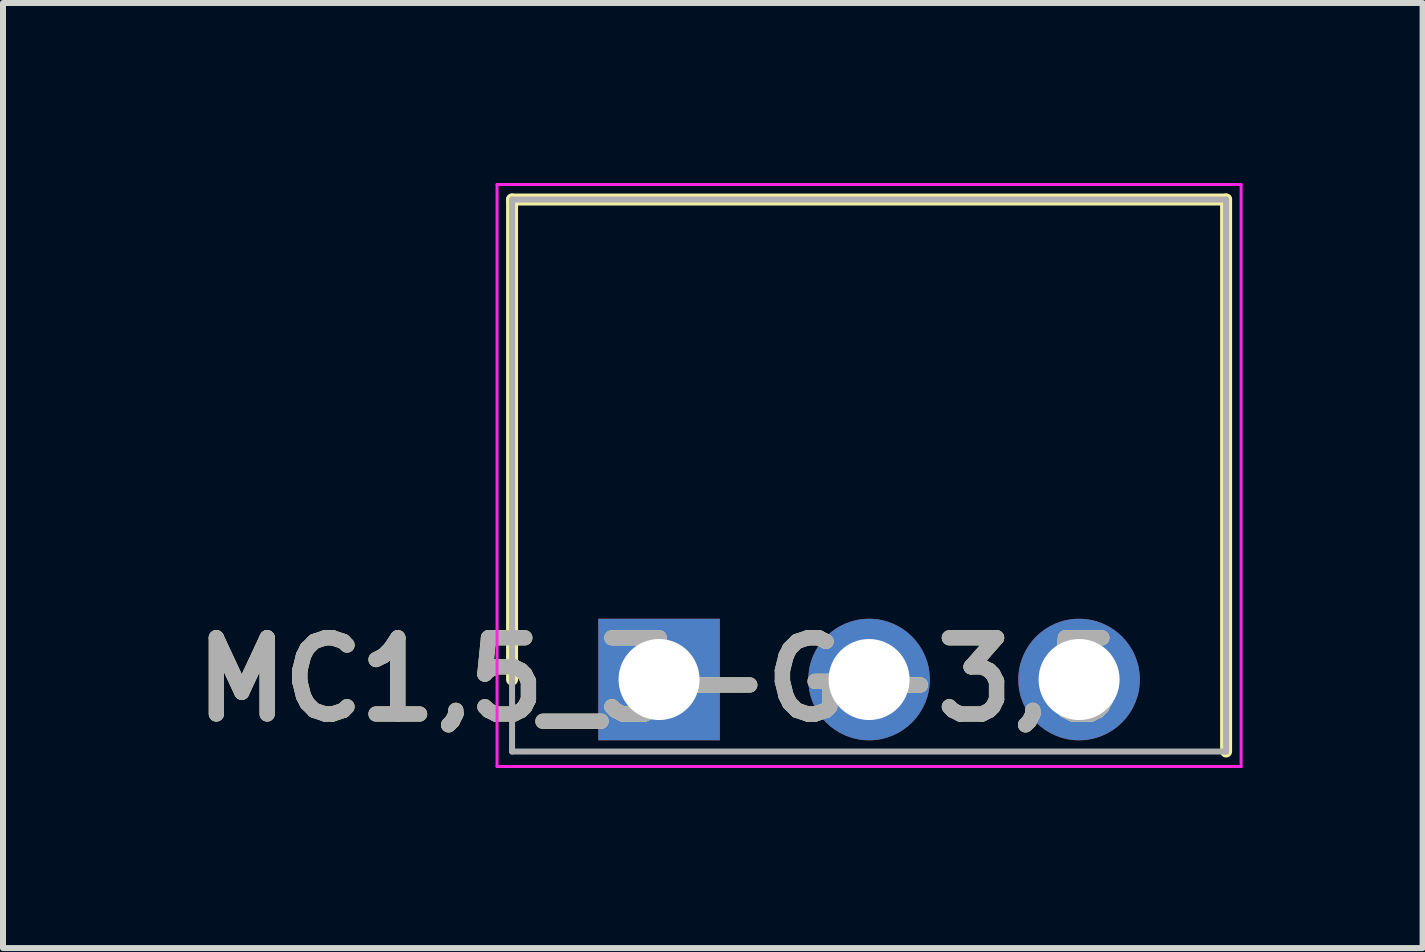
<source format=kicad_pcb>
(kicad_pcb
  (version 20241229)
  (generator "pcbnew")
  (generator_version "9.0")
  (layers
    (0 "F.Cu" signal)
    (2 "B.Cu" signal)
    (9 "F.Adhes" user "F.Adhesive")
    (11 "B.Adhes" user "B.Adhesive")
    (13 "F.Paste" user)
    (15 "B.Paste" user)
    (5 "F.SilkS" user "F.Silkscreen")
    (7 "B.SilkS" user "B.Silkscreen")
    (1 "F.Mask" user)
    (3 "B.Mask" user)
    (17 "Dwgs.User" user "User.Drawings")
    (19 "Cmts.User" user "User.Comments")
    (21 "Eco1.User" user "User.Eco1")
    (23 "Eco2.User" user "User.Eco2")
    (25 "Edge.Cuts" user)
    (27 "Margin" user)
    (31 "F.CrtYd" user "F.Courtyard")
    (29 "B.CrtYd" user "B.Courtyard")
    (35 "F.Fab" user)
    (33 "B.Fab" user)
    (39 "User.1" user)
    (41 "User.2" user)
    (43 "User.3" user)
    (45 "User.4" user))
  (footprint "MC1,5_3-G-3,5"
    (layer "F.Cu")
    (at 7.934 8.275)
    (property "Reference" "MC1,5_3-G-3,5" (at 0 0 0) (layer "F.SilkS") (effects (font (size 1.27 1.27) (thickness 0.254))))
    (attr through_hole)
    (fp_line (start -2.45 -8) (end 9.45 -8) (stroke (width 0.2) (type solid)) (layer "F.SilkS"))
    (fp_line (start -2.45 0) (end -2.45 -8) (stroke (width 0.2) (type solid)) (layer "F.SilkS"))
    (fp_line (start 9.45 -8) (end 9.45 1.2) (stroke (width 0.2) (type solid)) (layer "F.SilkS"))
    (fp_line (start -2.7 -8.25) (end -2.7 1.45) (stroke (width 0.05) (type solid)) (layer "F.CrtYd"))
    (fp_line (start -2.7 1.45) (end 9.7 1.45) (stroke (width 0.05) (type solid)) (layer "F.CrtYd"))
    (fp_line (start 9.7 -8.25) (end -2.7 -8.25) (stroke (width 0.05) (type solid)) (layer "F.CrtYd"))
    (fp_line (start 9.7 1.45) (end 9.7 -8.25) (stroke (width 0.05) (type solid)) (layer "F.CrtYd"))
    (fp_line (start -2.45 -8) (end 9.45 -8) (stroke (width 0.1) (type solid)) (layer "F.Fab"))
    (fp_line (start -2.45 1.2) (end -2.45 -8) (stroke (width 0.1) (type solid)) (layer "F.Fab"))
    (fp_line (start 9.45 -8) (end 9.45 1.2) (stroke (width 0.1) (type solid)) (layer "F.Fab"))
    (fp_line (start 9.45 1.2) (end -2.45 1.2) (stroke (width 0.1) (type solid)) (layer "F.Fab"))
    (fp_text user "${REFERENCE}" (at 0 0 0) (layer "F.Fab") (effects (font (size 1.27 1.27) (thickness 0.254))))
    (pad "1" thru_hole rect (at 0 0) (size 2.025 2.025) (drill 1.35) (layers "*.Cu" "*.Mask"))
    (pad "2" thru_hole circle (at 3.5 0) (size 2.025 2.025) (drill 1.35) (layers "*.Cu" "*.Mask"))
    (pad "3" thru_hole circle (at 7 0) (size 2.025 2.025) (drill 1.35) (layers "*.Cu" "*.Mask")))
  (gr_rect
    (start -3 -3)
    (end 20.659 12.75)
    (stroke (width 0.1) (type default))
    (fill no)
    (layer "Edge.Cuts")))
</source>
